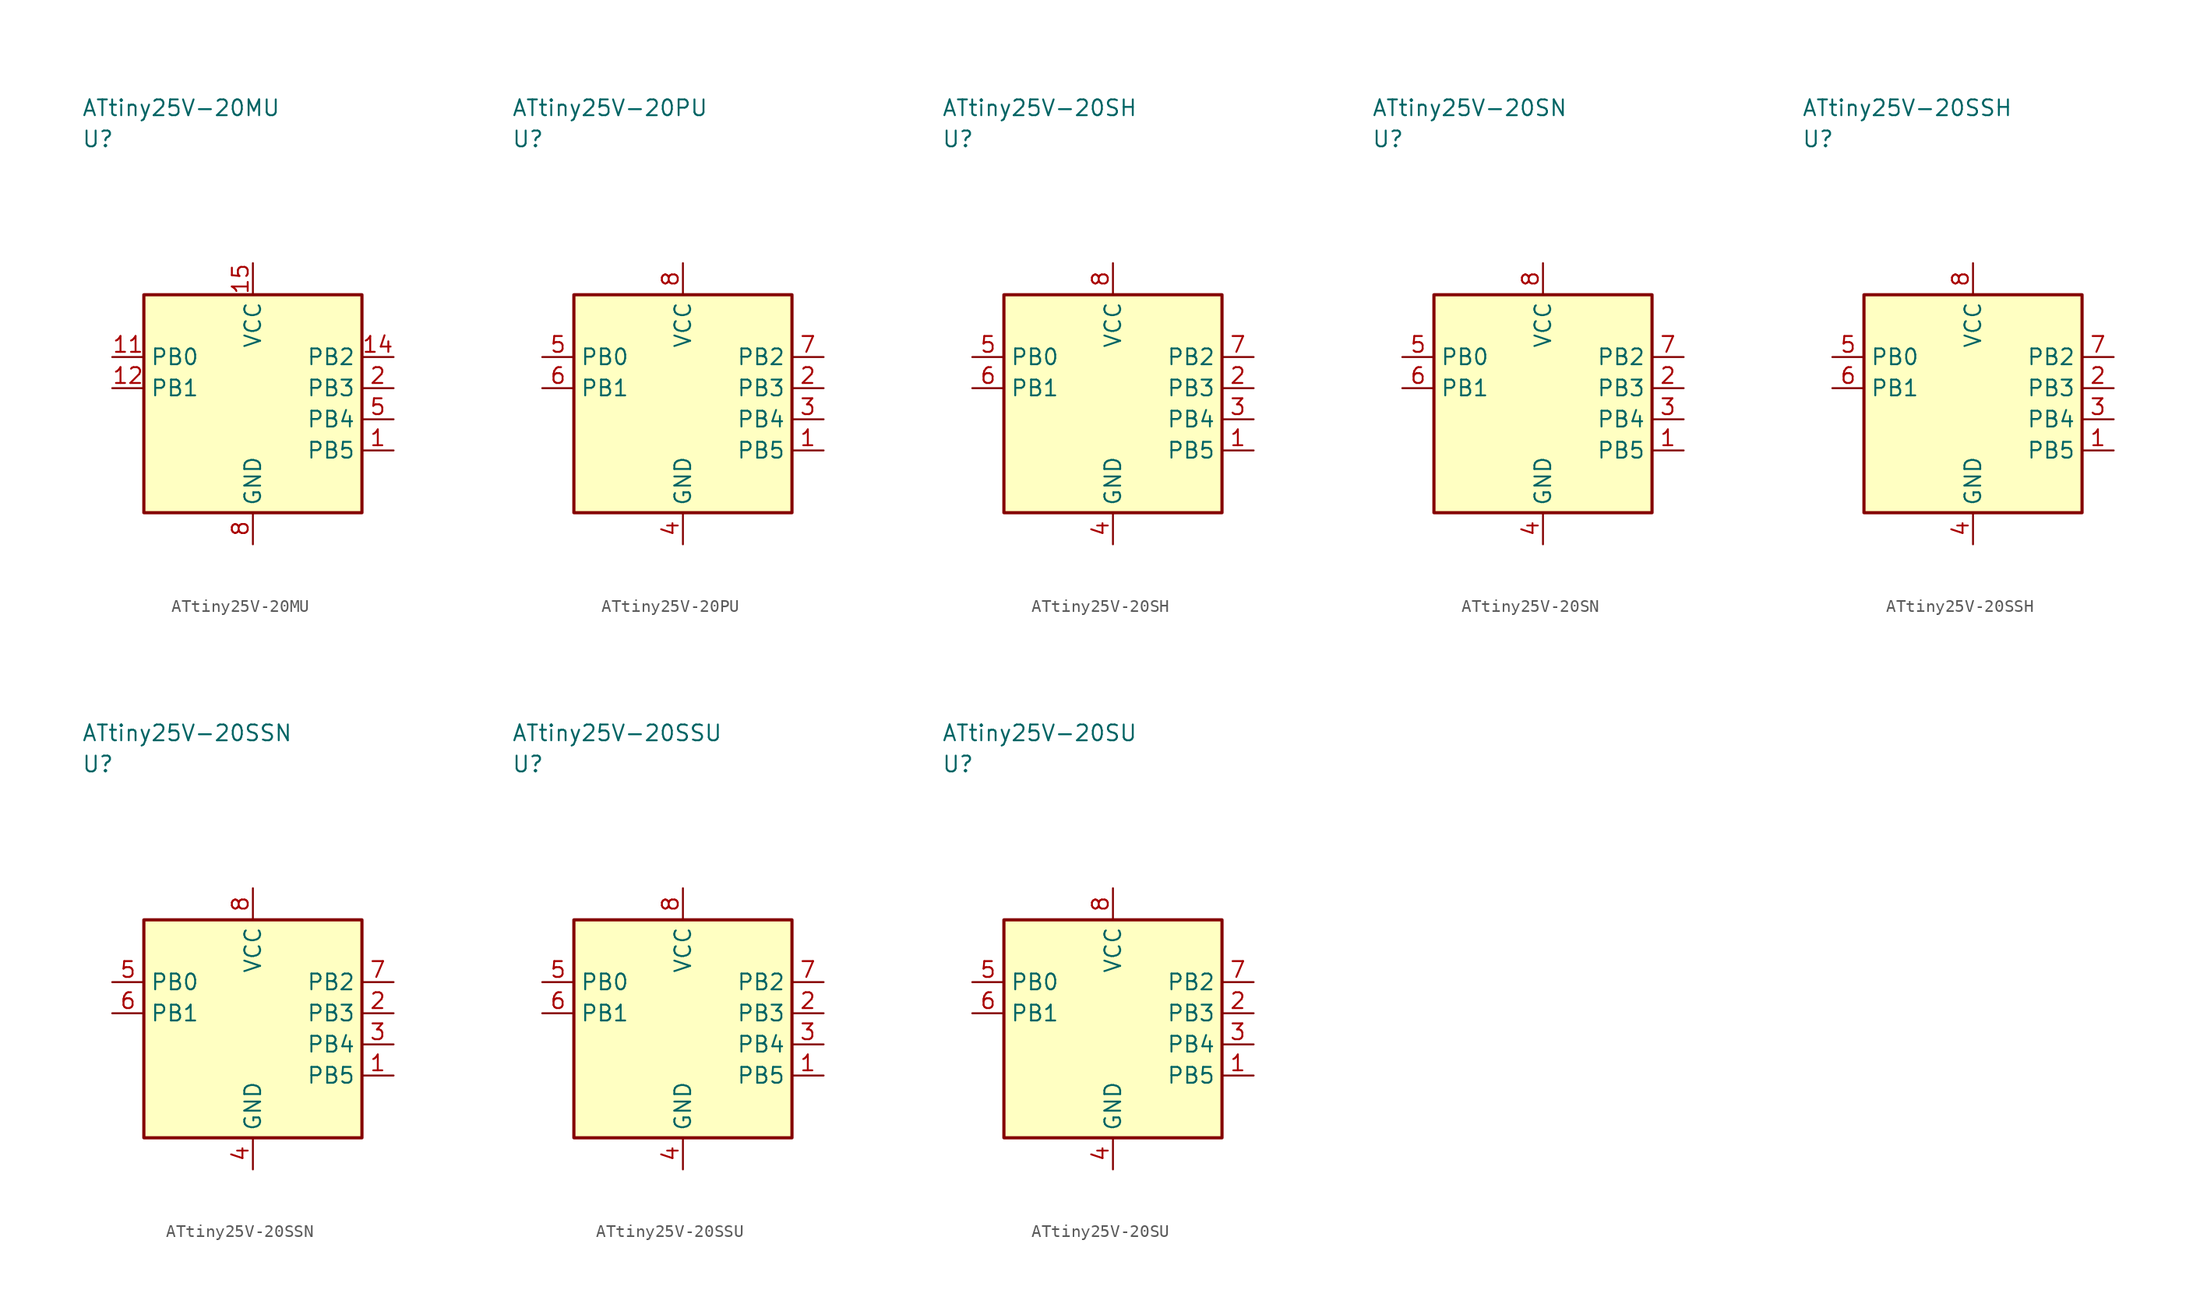
<source format=kicad_sym>
(kicad_symbol_lib
  (version 20241025)
  (generator "kicad_symbol_editor")
  (generator_version "8.0")
  (symbol "ATtiny25V-20MU"
    (property "Reference" "U"
      (at -13.75 21.25 0)
      (effects (font (size 1.27 1.27)) (justify left)))
    (property "Value" "ATtiny25V-20MU"
      (at -13.75 23.75 0)
      (effects (font (size 1.27 1.27)) (justify left)))
    (symbol "ATtiny25V-20MU_0_1"
      (rectangle (start -8.75 8.75) (end 8.75 -8.75) (stroke (width 0.254) (type default)) (fill (type background))))
    (symbol "ATtiny25V-20MU_1_1"
      (pin bidirectional line (at 11.29 -3.75 180.0) (length 2.54) (name "PB5" (effects (font (size 1.27 1.27)))) (number "1" (effects (font (size 1.27 1.27)))))
      (pin bidirectional line (at 11.29 1.25 180.0) (length 2.54) (name "PB3" (effects (font (size 1.27 1.27)))) (number "2" (effects (font (size 1.27 1.27)))))
      (pin bidirectional line (at 11.29 -1.25 180.0) (length 2.54) (name "PB4" (effects (font (size 1.27 1.27)))) (number "5" (effects (font (size 1.27 1.27)))))
      (pin passive line (at 0.0 -11.29 90.0) (length 2.54) (name "GND" (effects (font (size 1.27 1.27)))) (number "8" (effects (font (size 1.27 1.27)))))
      (pin bidirectional line (at -11.29 3.75 0.0) (length 2.54) (name "PB0" (effects (font (size 1.27 1.27)))) (number "11" (effects (font (size 1.27 1.27)))))
      (pin bidirectional line (at -11.29 1.25 0.0) (length 2.54) (name "PB1" (effects (font (size 1.27 1.27)))) (number "12" (effects (font (size 1.27 1.27)))))
      (pin bidirectional line (at 11.29 3.75 180.0) (length 2.54) (name "PB2" (effects (font (size 1.27 1.27)))) (number "14" (effects (font (size 1.27 1.27)))))
      (pin power_in line (at 0.0 11.29 270.0) (length 2.54) (name "VCC" (effects (font (size 1.27 1.27)))) (number "15" (effects (font (size 1.27 1.27)))))))
  (symbol "ATtiny25V-20PU"
    (property "Reference" "U"
      (at -13.75 21.25 0)
      (effects (font (size 1.27 1.27)) (justify left)))
    (property "Value" "ATtiny25V-20PU"
      (at -13.75 23.75 0)
      (effects (font (size 1.27 1.27)) (justify left)))
    (symbol "ATtiny25V-20PU_0_1"
      (rectangle (start -8.75 8.75) (end 8.75 -8.75) (stroke (width 0.254) (type default)) (fill (type background))))
    (symbol "ATtiny25V-20PU_1_1"
      (pin bidirectional line (at 11.29 -3.75 180.0) (length 2.54) (name "PB5" (effects (font (size 1.27 1.27)))) (number "1" (effects (font (size 1.27 1.27)))))
      (pin bidirectional line (at 11.29 1.25 180.0) (length 2.54) (name "PB3" (effects (font (size 1.27 1.27)))) (number "2" (effects (font (size 1.27 1.27)))))
      (pin bidirectional line (at 11.29 -1.25 180.0) (length 2.54) (name "PB4" (effects (font (size 1.27 1.27)))) (number "3" (effects (font (size 1.27 1.27)))))
      (pin passive line (at 0.0 -11.29 90.0) (length 2.54) (name "GND" (effects (font (size 1.27 1.27)))) (number "4" (effects (font (size 1.27 1.27)))))
      (pin bidirectional line (at -11.29 3.75 0.0) (length 2.54) (name "PB0" (effects (font (size 1.27 1.27)))) (number "5" (effects (font (size 1.27 1.27)))))
      (pin bidirectional line (at -11.29 1.25 0.0) (length 2.54) (name "PB1" (effects (font (size 1.27 1.27)))) (number "6" (effects (font (size 1.27 1.27)))))
      (pin bidirectional line (at 11.29 3.75 180.0) (length 2.54) (name "PB2" (effects (font (size 1.27 1.27)))) (number "7" (effects (font (size 1.27 1.27)))))
      (pin power_in line (at 0.0 11.29 270.0) (length 2.54) (name "VCC" (effects (font (size 1.27 1.27)))) (number "8" (effects (font (size 1.27 1.27)))))))
  (symbol "ATtiny25V-20SH"
    (property "Reference" "U"
      (at -13.75 21.25 0)
      (effects (font (size 1.27 1.27)) (justify left)))
    (property "Value" "ATtiny25V-20SH"
      (at -13.75 23.75 0)
      (effects (font (size 1.27 1.27)) (justify left)))
    (symbol "ATtiny25V-20SH_0_1"
      (rectangle (start -8.75 8.75) (end 8.75 -8.75) (stroke (width 0.254) (type default)) (fill (type background))))
    (symbol "ATtiny25V-20SH_1_1"
      (pin bidirectional line (at 11.29 -3.75 180.0) (length 2.54) (name "PB5" (effects (font (size 1.27 1.27)))) (number "1" (effects (font (size 1.27 1.27)))))
      (pin bidirectional line (at 11.29 1.25 180.0) (length 2.54) (name "PB3" (effects (font (size 1.27 1.27)))) (number "2" (effects (font (size 1.27 1.27)))))
      (pin bidirectional line (at 11.29 -1.25 180.0) (length 2.54) (name "PB4" (effects (font (size 1.27 1.27)))) (number "3" (effects (font (size 1.27 1.27)))))
      (pin passive line (at 0.0 -11.29 90.0) (length 2.54) (name "GND" (effects (font (size 1.27 1.27)))) (number "4" (effects (font (size 1.27 1.27)))))
      (pin bidirectional line (at -11.29 3.75 0.0) (length 2.54) (name "PB0" (effects (font (size 1.27 1.27)))) (number "5" (effects (font (size 1.27 1.27)))))
      (pin bidirectional line (at -11.29 1.25 0.0) (length 2.54) (name "PB1" (effects (font (size 1.27 1.27)))) (number "6" (effects (font (size 1.27 1.27)))))
      (pin bidirectional line (at 11.29 3.75 180.0) (length 2.54) (name "PB2" (effects (font (size 1.27 1.27)))) (number "7" (effects (font (size 1.27 1.27)))))
      (pin power_in line (at 0.0 11.29 270.0) (length 2.54) (name "VCC" (effects (font (size 1.27 1.27)))) (number "8" (effects (font (size 1.27 1.27)))))))
  (symbol "ATtiny25V-20SN"
    (property "Reference" "U"
      (at -13.75 21.25 0)
      (effects (font (size 1.27 1.27)) (justify left)))
    (property "Value" "ATtiny25V-20SN"
      (at -13.75 23.75 0)
      (effects (font (size 1.27 1.27)) (justify left)))
    (symbol "ATtiny25V-20SN_0_1"
      (rectangle (start -8.75 8.75) (end 8.75 -8.75) (stroke (width 0.254) (type default)) (fill (type background))))
    (symbol "ATtiny25V-20SN_1_1"
      (pin bidirectional line (at 11.29 -3.75 180.0) (length 2.54) (name "PB5" (effects (font (size 1.27 1.27)))) (number "1" (effects (font (size 1.27 1.27)))))
      (pin bidirectional line (at 11.29 1.25 180.0) (length 2.54) (name "PB3" (effects (font (size 1.27 1.27)))) (number "2" (effects (font (size 1.27 1.27)))))
      (pin bidirectional line (at 11.29 -1.25 180.0) (length 2.54) (name "PB4" (effects (font (size 1.27 1.27)))) (number "3" (effects (font (size 1.27 1.27)))))
      (pin passive line (at 0.0 -11.29 90.0) (length 2.54) (name "GND" (effects (font (size 1.27 1.27)))) (number "4" (effects (font (size 1.27 1.27)))))
      (pin bidirectional line (at -11.29 3.75 0.0) (length 2.54) (name "PB0" (effects (font (size 1.27 1.27)))) (number "5" (effects (font (size 1.27 1.27)))))
      (pin bidirectional line (at -11.29 1.25 0.0) (length 2.54) (name "PB1" (effects (font (size 1.27 1.27)))) (number "6" (effects (font (size 1.27 1.27)))))
      (pin bidirectional line (at 11.29 3.75 180.0) (length 2.54) (name "PB2" (effects (font (size 1.27 1.27)))) (number "7" (effects (font (size 1.27 1.27)))))
      (pin power_in line (at 0.0 11.29 270.0) (length 2.54) (name "VCC" (effects (font (size 1.27 1.27)))) (number "8" (effects (font (size 1.27 1.27)))))))
  (symbol "ATtiny25V-20SSH"
    (property "Reference" "U"
      (at -13.75 21.25 0)
      (effects (font (size 1.27 1.27)) (justify left)))
    (property "Value" "ATtiny25V-20SSH"
      (at -13.75 23.75 0)
      (effects (font (size 1.27 1.27)) (justify left)))
    (symbol "ATtiny25V-20SSH_0_1"
      (rectangle (start -8.75 8.75) (end 8.75 -8.75) (stroke (width 0.254) (type default)) (fill (type background))))
    (symbol "ATtiny25V-20SSH_1_1"
      (pin bidirectional line (at 11.29 -3.75 180.0) (length 2.54) (name "PB5" (effects (font (size 1.27 1.27)))) (number "1" (effects (font (size 1.27 1.27)))))
      (pin bidirectional line (at 11.29 1.25 180.0) (length 2.54) (name "PB3" (effects (font (size 1.27 1.27)))) (number "2" (effects (font (size 1.27 1.27)))))
      (pin bidirectional line (at 11.29 -1.25 180.0) (length 2.54) (name "PB4" (effects (font (size 1.27 1.27)))) (number "3" (effects (font (size 1.27 1.27)))))
      (pin passive line (at 0.0 -11.29 90.0) (length 2.54) (name "GND" (effects (font (size 1.27 1.27)))) (number "4" (effects (font (size 1.27 1.27)))))
      (pin bidirectional line (at -11.29 3.75 0.0) (length 2.54) (name "PB0" (effects (font (size 1.27 1.27)))) (number "5" (effects (font (size 1.27 1.27)))))
      (pin bidirectional line (at -11.29 1.25 0.0) (length 2.54) (name "PB1" (effects (font (size 1.27 1.27)))) (number "6" (effects (font (size 1.27 1.27)))))
      (pin bidirectional line (at 11.29 3.75 180.0) (length 2.54) (name "PB2" (effects (font (size 1.27 1.27)))) (number "7" (effects (font (size 1.27 1.27)))))
      (pin power_in line (at 0.0 11.29 270.0) (length 2.54) (name "VCC" (effects (font (size 1.27 1.27)))) (number "8" (effects (font (size 1.27 1.27)))))))
  (symbol "ATtiny25V-20SSN"
    (property "Reference" "U"
      (at -13.75 21.25 0)
      (effects (font (size 1.27 1.27)) (justify left)))
    (property "Value" "ATtiny25V-20SSN"
      (at -13.75 23.75 0)
      (effects (font (size 1.27 1.27)) (justify left)))
    (symbol "ATtiny25V-20SSN_0_1"
      (rectangle (start -8.75 8.75) (end 8.75 -8.75) (stroke (width 0.254) (type default)) (fill (type background))))
    (symbol "ATtiny25V-20SSN_1_1"
      (pin bidirectional line (at 11.29 -3.75 180.0) (length 2.54) (name "PB5" (effects (font (size 1.27 1.27)))) (number "1" (effects (font (size 1.27 1.27)))))
      (pin bidirectional line (at 11.29 1.25 180.0) (length 2.54) (name "PB3" (effects (font (size 1.27 1.27)))) (number "2" (effects (font (size 1.27 1.27)))))
      (pin bidirectional line (at 11.29 -1.25 180.0) (length 2.54) (name "PB4" (effects (font (size 1.27 1.27)))) (number "3" (effects (font (size 1.27 1.27)))))
      (pin passive line (at 0.0 -11.29 90.0) (length 2.54) (name "GND" (effects (font (size 1.27 1.27)))) (number "4" (effects (font (size 1.27 1.27)))))
      (pin bidirectional line (at -11.29 3.75 0.0) (length 2.54) (name "PB0" (effects (font (size 1.27 1.27)))) (number "5" (effects (font (size 1.27 1.27)))))
      (pin bidirectional line (at -11.29 1.25 0.0) (length 2.54) (name "PB1" (effects (font (size 1.27 1.27)))) (number "6" (effects (font (size 1.27 1.27)))))
      (pin bidirectional line (at 11.29 3.75 180.0) (length 2.54) (name "PB2" (effects (font (size 1.27 1.27)))) (number "7" (effects (font (size 1.27 1.27)))))
      (pin power_in line (at 0.0 11.29 270.0) (length 2.54) (name "VCC" (effects (font (size 1.27 1.27)))) (number "8" (effects (font (size 1.27 1.27)))))))
  (symbol "ATtiny25V-20SSU"
    (property "Reference" "U"
      (at -13.75 21.25 0)
      (effects (font (size 1.27 1.27)) (justify left)))
    (property "Value" "ATtiny25V-20SSU"
      (at -13.75 23.75 0)
      (effects (font (size 1.27 1.27)) (justify left)))
    (symbol "ATtiny25V-20SSU_0_1"
      (rectangle (start -8.75 8.75) (end 8.75 -8.75) (stroke (width 0.254) (type default)) (fill (type background))))
    (symbol "ATtiny25V-20SSU_1_1"
      (pin bidirectional line (at 11.29 -3.75 180.0) (length 2.54) (name "PB5" (effects (font (size 1.27 1.27)))) (number "1" (effects (font (size 1.27 1.27)))))
      (pin bidirectional line (at 11.29 1.25 180.0) (length 2.54) (name "PB3" (effects (font (size 1.27 1.27)))) (number "2" (effects (font (size 1.27 1.27)))))
      (pin bidirectional line (at 11.29 -1.25 180.0) (length 2.54) (name "PB4" (effects (font (size 1.27 1.27)))) (number "3" (effects (font (size 1.27 1.27)))))
      (pin passive line (at 0.0 -11.29 90.0) (length 2.54) (name "GND" (effects (font (size 1.27 1.27)))) (number "4" (effects (font (size 1.27 1.27)))))
      (pin bidirectional line (at -11.29 3.75 0.0) (length 2.54) (name "PB0" (effects (font (size 1.27 1.27)))) (number "5" (effects (font (size 1.27 1.27)))))
      (pin bidirectional line (at -11.29 1.25 0.0) (length 2.54) (name "PB1" (effects (font (size 1.27 1.27)))) (number "6" (effects (font (size 1.27 1.27)))))
      (pin bidirectional line (at 11.29 3.75 180.0) (length 2.54) (name "PB2" (effects (font (size 1.27 1.27)))) (number "7" (effects (font (size 1.27 1.27)))))
      (pin power_in line (at 0.0 11.29 270.0) (length 2.54) (name "VCC" (effects (font (size 1.27 1.27)))) (number "8" (effects (font (size 1.27 1.27)))))))
  (symbol "ATtiny25V-20SU"
    (property "Reference" "U"
      (at -13.75 21.25 0)
      (effects (font (size 1.27 1.27)) (justify left)))
    (property "Value" "ATtiny25V-20SU"
      (at -13.75 23.75 0)
      (effects (font (size 1.27 1.27)) (justify left)))
    (symbol "ATtiny25V-20SU_0_1"
      (rectangle (start -8.75 8.75) (end 8.75 -8.75) (stroke (width 0.254) (type default)) (fill (type background))))
    (symbol "ATtiny25V-20SU_1_1"
      (pin bidirectional line (at 11.29 -3.75 180.0) (length 2.54) (name "PB5" (effects (font (size 1.27 1.27)))) (number "1" (effects (font (size 1.27 1.27)))))
      (pin bidirectional line (at 11.29 1.25 180.0) (length 2.54) (name "PB3" (effects (font (size 1.27 1.27)))) (number "2" (effects (font (size 1.27 1.27)))))
      (pin bidirectional line (at 11.29 -1.25 180.0) (length 2.54) (name "PB4" (effects (font (size 1.27 1.27)))) (number "3" (effects (font (size 1.27 1.27)))))
      (pin passive line (at 0.0 -11.29 90.0) (length 2.54) (name "GND" (effects (font (size 1.27 1.27)))) (number "4" (effects (font (size 1.27 1.27)))))
      (pin bidirectional line (at -11.29 3.75 0.0) (length 2.54) (name "PB0" (effects (font (size 1.27 1.27)))) (number "5" (effects (font (size 1.27 1.27)))))
      (pin bidirectional line (at -11.29 1.25 0.0) (length 2.54) (name "PB1" (effects (font (size 1.27 1.27)))) (number "6" (effects (font (size 1.27 1.27)))))
      (pin bidirectional line (at 11.29 3.75 180.0) (length 2.54) (name "PB2" (effects (font (size 1.27 1.27)))) (number "7" (effects (font (size 1.27 1.27)))))
      (pin power_in line (at 0.0 11.29 270.0) (length 2.54) (name "VCC" (effects (font (size 1.27 1.27)))) (number "8" (effects (font (size 1.27 1.27))))))))
</source>
